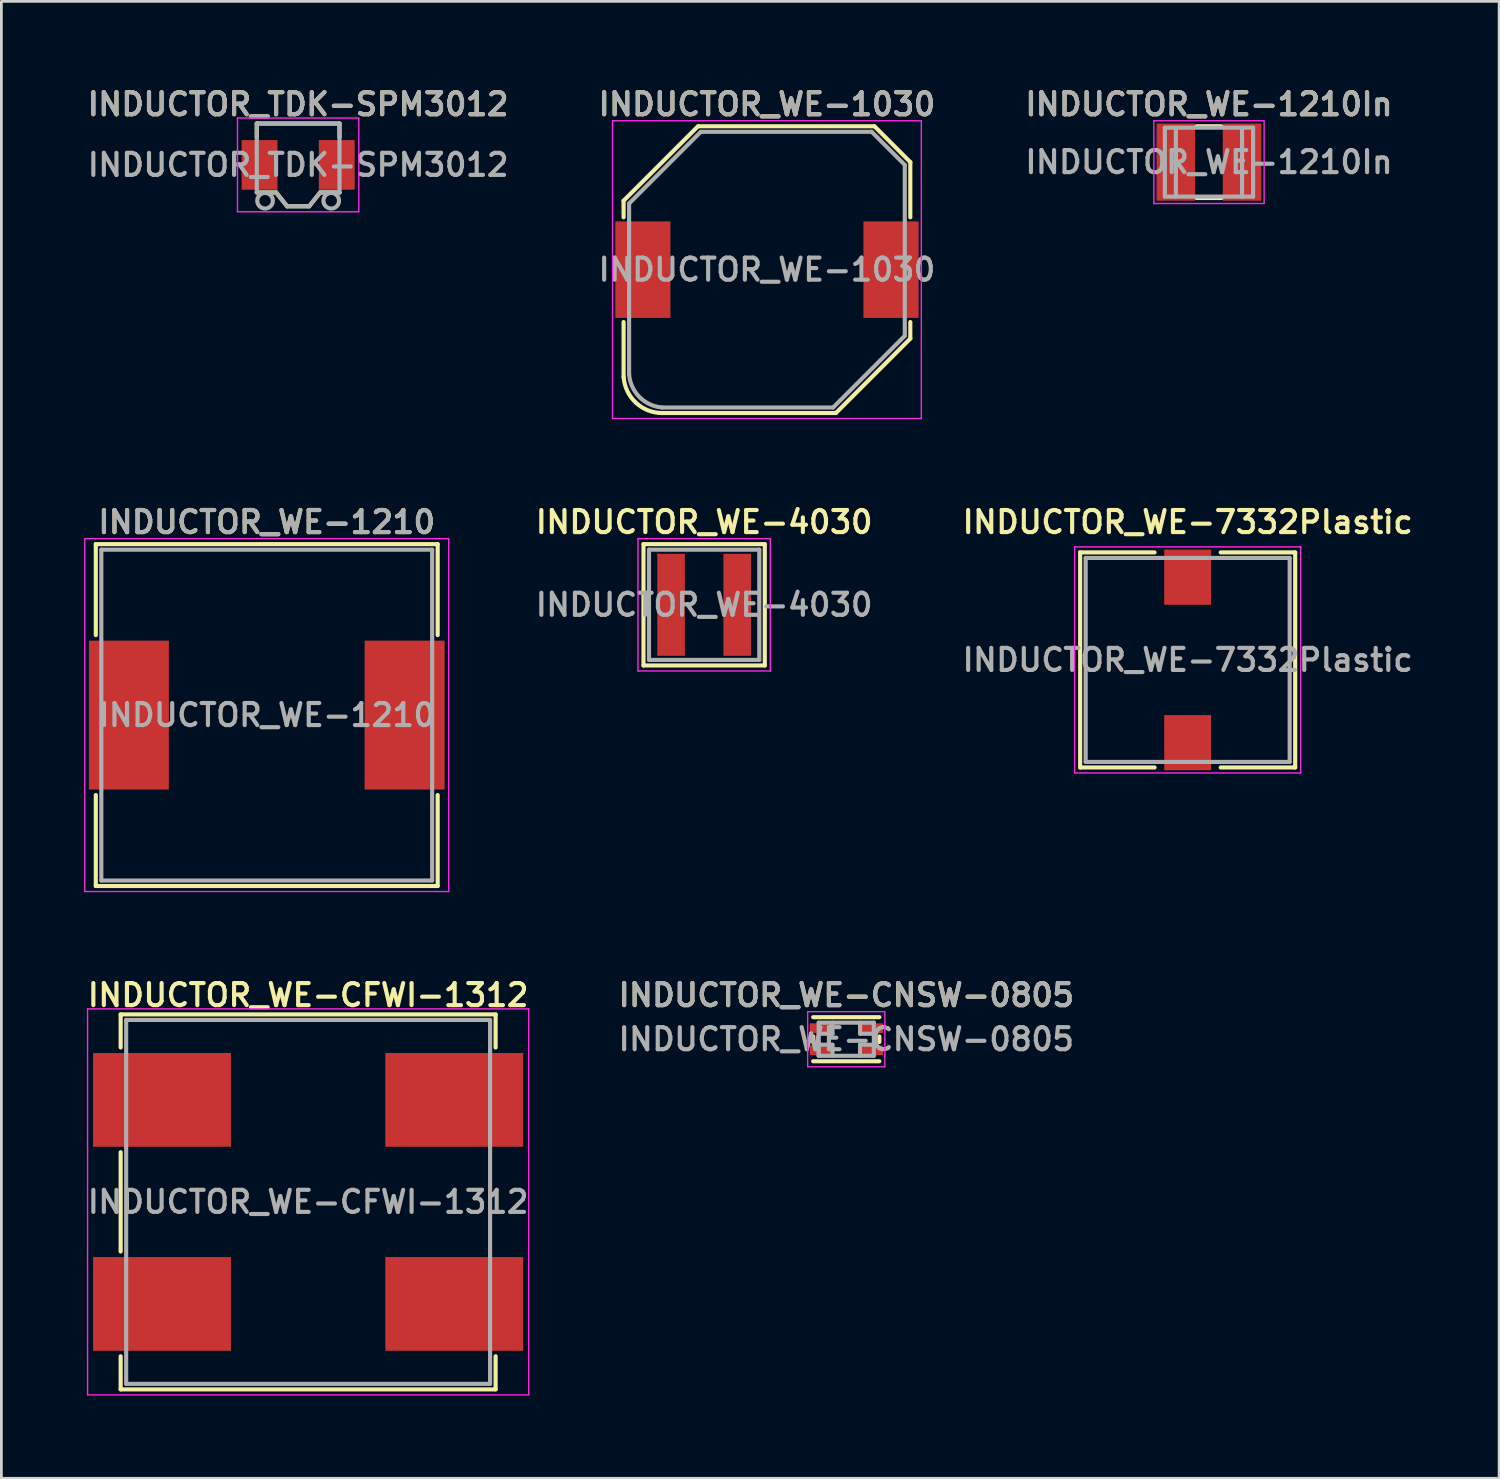
<source format=kicad_pcb>
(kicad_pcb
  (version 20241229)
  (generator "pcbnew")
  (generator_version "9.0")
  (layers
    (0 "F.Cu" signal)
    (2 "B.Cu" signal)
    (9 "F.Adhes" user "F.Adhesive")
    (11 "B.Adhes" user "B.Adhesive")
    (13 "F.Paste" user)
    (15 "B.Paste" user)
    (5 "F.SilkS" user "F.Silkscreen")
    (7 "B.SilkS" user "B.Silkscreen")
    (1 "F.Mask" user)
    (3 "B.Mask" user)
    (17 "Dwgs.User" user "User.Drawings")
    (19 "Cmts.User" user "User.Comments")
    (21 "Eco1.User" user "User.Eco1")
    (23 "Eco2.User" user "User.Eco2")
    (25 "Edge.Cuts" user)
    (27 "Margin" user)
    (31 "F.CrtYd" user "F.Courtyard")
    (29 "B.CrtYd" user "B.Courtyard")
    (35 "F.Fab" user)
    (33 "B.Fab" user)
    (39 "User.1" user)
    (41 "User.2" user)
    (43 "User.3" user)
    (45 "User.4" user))
  (footprint "INDUCTOR_WE-4030"
    (layer "F.Cu")
    (at 22.49 18.887)
    (property "Reference" "INDUCTOR_WE-4030" (at 0 -3 0) (layer "F.SilkS") (effects (font (size 0.8 0.8) (thickness 0.15))))
    (attr through_hole)
    (fp_line (start -2.2 -2.2) (end 2.2 -2.2) (stroke (width 0.15) (type solid)) (layer "F.SilkS"))
    (fp_line (start -2.2 2.2) (end -2.2 -2.2) (stroke (width 0.15) (type solid)) (layer "F.SilkS"))
    (fp_line (start 2.2 -2.2) (end 2.2 2.2) (stroke (width 0.15) (type solid)) (layer "F.SilkS"))
    (fp_line (start 2.2 2.2) (end -2.2 2.2) (stroke (width 0.15) (type solid)) (layer "F.SilkS"))
    (fp_line (start -2.4 -2.4) (end 2.4 -2.4) (stroke (width 0.05) (type solid)) (layer "F.CrtYd"))
    (fp_line (start -2.4 2.4) (end -2.4 -2.4) (stroke (width 0.05) (type solid)) (layer "F.CrtYd"))
    (fp_line (start 2.4 -2.4) (end 2.4 2.4) (stroke (width 0.05) (type solid)) (layer "F.CrtYd"))
    (fp_line (start 2.4 2.4) (end -2.4 2.4) (stroke (width 0.05) (type solid)) (layer "F.CrtYd"))
    (fp_line (start -2 -2) (end -2 2) (stroke (width 0.15) (type solid)) (layer "F.Fab"))
    (fp_line (start -2 2) (end 2 2) (stroke (width 0.15) (type solid)) (layer "F.Fab"))
    (fp_line (start 2 -2) (end -2 -2) (stroke (width 0.15) (type solid)) (layer "F.Fab"))
    (fp_line (start 2 2) (end 2 -2) (stroke (width 0.15) (type solid)) (layer "F.Fab"))
    (fp_text user "${REFERENCE}" (at 0 0 0) (layer "F.Fab") (effects (font (size 0.8 0.8) (thickness 0.15))))
    (pad "1" smd rect (at -1.2 0) (size 1 3.7) (layers "F.Cu" "F.Mask" "F.Paste"))
    (pad "2" smd rect (at 1.2 0) (size 1 3.7) (layers "F.Cu" "F.Mask" "F.Paste")))
  (footprint "INDUCTOR_WE-CFWI-1312"
    (layer "F.Cu")
    (at 8.126 40.544)
    (property "Reference" "INDUCTOR_WE-CFWI-1312" (at 0 -7.5 0) (layer "F.SilkS") (effects (font (size 0.8 0.8) (thickness 0.15))))
    (attr through_hole)
    (fp_line (start -6.8 -6.8) (end -6.8 -5.6) (stroke (width 0.15) (type solid)) (layer "F.SilkS"))
    (fp_line (start -6.8 -1.8) (end -6.8 1.8) (stroke (width 0.15) (type solid)) (layer "F.SilkS"))
    (fp_line (start -6.8 5.6) (end -6.8 6.8) (stroke (width 0.15) (type solid)) (layer "F.SilkS"))
    (fp_line (start -6.8 6.8) (end 6.8 6.8) (stroke (width 0.15) (type solid)) (layer "F.SilkS"))
    (fp_line (start 6.8 -6.8) (end -6.8 -6.8) (stroke (width 0.15) (type solid)) (layer "F.SilkS"))
    (fp_line (start 6.8 -6.8) (end 6.8 -5.6) (stroke (width 0.15) (type solid)) (layer "F.SilkS"))
    (fp_line (start 6.8 6.8) (end 6.8 5.6) (stroke (width 0.15) (type solid)) (layer "F.SilkS"))
    (fp_line (start -8 -7) (end 8 -7) (stroke (width 0.05) (type solid)) (layer "F.CrtYd"))
    (fp_line (start -8 7) (end -8 -7) (stroke (width 0.05) (type solid)) (layer "F.CrtYd"))
    (fp_line (start 8 -7) (end 8 7) (stroke (width 0.05) (type solid)) (layer "F.CrtYd"))
    (fp_line (start 8 7) (end -8 7) (stroke (width 0.05) (type solid)) (layer "F.CrtYd"))
    (fp_line (start -6.6 -6.6) (end 6.6 -6.6) (stroke (width 0.15) (type solid)) (layer "F.Fab"))
    (fp_line (start -6.6 6.6) (end -6.6 -6.6) (stroke (width 0.15) (type solid)) (layer "F.Fab"))
    (fp_line (start 6.6 -6.6) (end 6.6 6.6) (stroke (width 0.15) (type solid)) (layer "F.Fab"))
    (fp_line (start 6.6 6.6) (end -6.6 6.6) (stroke (width 0.15) (type solid)) (layer "F.Fab"))
    (fp_text user "${REFERENCE}" (at 0 0 0) (layer "F.Fab") (effects (font (size 0.8 0.8) (thickness 0.15))))
    (pad "1" smd rect (at -5.3 -3.7) (size 5 3.4) (layers "F.Cu" "F.Mask" "F.Paste"))
    (pad "2" smd rect (at -5.3 3.7) (size 5 3.4) (layers "F.Cu" "F.Mask" "F.Paste"))
    (pad "3" smd rect (at 5.3 3.7) (size 5 3.4) (layers "F.Cu" "F.Mask" "F.Paste"))
    (pad "4" smd rect (at 5.3 -3.7) (size 5 3.4) (layers "F.Cu" "F.Mask" "F.Paste")))
  (footprint "INDUCTOR_TDK-SPM3012"
    (layer "F.Cu")
    (at 7.764 2.931)
    (property "Reference" "INDUCTOR_TDK-SPM3012" (at 0 -2.2 0) (layer "F.SilkS") (effects (font (size 0.8 0.8) (thickness 0.15))))
    (attr smd)
    (fp_line (start -1.5 -1.5) (end 1.5 -1.5) (stroke (width 0.15) (type solid)) (layer "F.SilkS"))
    (fp_line (start -1.5 -1) (end -1.5 -1.5) (stroke (width 0.15) (type solid)) (layer "F.SilkS"))
    (fp_line (start -0.8 1) (end -1.5 1) (stroke (width 0.15) (type solid)) (layer "F.SilkS"))
    (fp_line (start -0.4 1.5) (end -0.8 1) (stroke (width 0.15) (type solid)) (layer "F.SilkS"))
    (fp_line (start 0.4 1.5) (end -0.4 1.5) (stroke (width 0.15) (type solid)) (layer "F.SilkS"))
    (fp_line (start 0.4 1.5) (end 0.8 1) (stroke (width 0.15) (type solid)) (layer "F.SilkS"))
    (fp_line (start 0.8 1) (end 1.5 1) (stroke (width 0.15) (type solid)) (layer "F.SilkS"))
    (fp_line (start 1.5 -1.5) (end 1.5 -1) (stroke (width 0.15) (type solid)) (layer "F.SilkS"))
    (fp_line (start -2.2 -1.7) (end 2.2 -1.7) (stroke (width 0.05) (type solid)) (layer "F.CrtYd"))
    (fp_line (start -2.2 1.7) (end -2.2 -1.7) (stroke (width 0.05) (type solid)) (layer "F.CrtYd"))
    (fp_line (start 2.2 -1.7) (end 2.2 1.7) (stroke (width 0.05) (type solid)) (layer "F.CrtYd"))
    (fp_line (start 2.2 1.7) (end -2.2 1.7) (stroke (width 0.05) (type solid)) (layer "F.CrtYd"))
    (fp_line (start -1.5 -1.5) (end 1.5 -1.5) (stroke (width 0.15) (type solid)) (layer "F.Fab"))
    (fp_line (start -1.5 1) (end -1.5 -1.5) (stroke (width 0.15) (type solid)) (layer "F.Fab"))
    (fp_line (start -1.5 1) (end -0.8 1) (stroke (width 0.15) (type solid)) (layer "F.Fab"))
    (fp_line (start -0.8 1) (end -0.4 1.5) (stroke (width 0.15) (type solid)) (layer "F.Fab"))
    (fp_line (start -0.4 1.5) (end 0.4 1.5) (stroke (width 0.15) (type solid)) (layer "F.Fab"))
    (fp_line (start 0.4 1.5) (end 0.8 1) (stroke (width 0.15) (type solid)) (layer "F.Fab"))
    (fp_line (start 0.8 1) (end 1.5 1) (stroke (width 0.15) (type solid)) (layer "F.Fab"))
    (fp_line (start 0.8 1) (end 1.5 1) (stroke (width 0.15) (type solid)) (layer "F.Fab"))
    (fp_line (start 1.5 1) (end 1.5 -1.5) (stroke (width 0.15) (type solid)) (layer "F.Fab"))
    (fp_circle (center -1.2 1.3) (end -1 1.5) (stroke (width 0.15) (type solid)) (fill no) (layer "F.Fab"))
    (fp_circle (center 1.2 1.3) (end 1.4 1.5) (stroke (width 0.15) (type solid)) (fill no) (layer "F.Fab"))
    (fp_text user "${REFERENCE}" (at 0 0 0) (layer "F.Fab") (effects (font (size 0.8 0.8) (thickness 0.15))))
    (fp_text user "${REFERENCE}" (at 0 -2.2 0) (layer "F.Fab") (effects (font (size 0.8 0.8) (thickness 0.15))))
    (pad "1" smd rect (at -1.4 0) (size 1.3 1.8) (layers "F.Cu" "F.Mask" "F.Paste"))
    (pad "2" smd rect (at 1.4 0) (size 1.3 1.8) (layers "F.Cu" "F.Mask" "F.Paste")))
  (footprint "INDUCTOR_WE-1210In"
    (layer "F.Cu")
    (at 40.801 2.831)
    (property "Reference" "INDUCTOR_WE-1210In" (at 0 -2.1 0) (layer "F.SilkS") (effects (font (size 0.8 0.8) (thickness 0.15))))
    (attr through_hole)
    (fp_line (start -0.45 -1.3) (end 0.45 -1.3) (stroke (width 0.15) (type solid)) (layer "F.SilkS"))
    (fp_line (start -0.45 1.3) (end 0.45 1.3) (stroke (width 0.15) (type solid)) (layer "F.SilkS"))
    (fp_line (start -2 -1.5) (end 2 -1.5) (stroke (width 0.05) (type solid)) (layer "F.CrtYd"))
    (fp_line (start -2 1.5) (end -2 -1.5) (stroke (width 0.05) (type solid)) (layer "F.CrtYd"))
    (fp_line (start 2 -1.5) (end 2 1.5) (stroke (width 0.05) (type solid)) (layer "F.CrtYd"))
    (fp_line (start 2 1.5) (end -2 1.5) (stroke (width 0.05) (type solid)) (layer "F.CrtYd"))
    (fp_line (start -1.6 -1.25) (end -1.6 1.25) (stroke (width 0.15) (type solid)) (layer "F.Fab"))
    (fp_line (start -1.6 1.25) (end 1.6 1.25) (stroke (width 0.15) (type solid)) (layer "F.Fab"))
    (fp_line (start -1.2 -1.25) (end -1.2 1.25) (stroke (width 0.15) (type solid)) (layer "F.Fab"))
    (fp_line (start 1.2 -1.25) (end 1.2 1.25) (stroke (width 0.15) (type solid)) (layer "F.Fab"))
    (fp_line (start 1.6 -1.25) (end -1.6 -1.25) (stroke (width 0.15) (type solid)) (layer "F.Fab"))
    (fp_line (start 1.6 1.25) (end 1.6 -1.25) (stroke (width 0.15) (type solid)) (layer "F.Fab"))
    (fp_text user "${REFERENCE}" (at 0 0 0) (layer "F.Fab") (effects (font (size 0.8 0.8) (thickness 0.15))))
    (fp_text user "${REFERENCE}" (at 0 -2.1 0) (layer "F.Fab") (effects (font (size 0.8 0.8) (thickness 0.15))))
    (pad "1" smd rect (at -1.2 0) (size 1.4 2.8) (layers "F.Cu" "F.Mask" "F.Paste"))
    (pad "2" smd rect (at 1.2 0) (size 1.4 2.8) (layers "F.Cu" "F.Mask" "F.Paste")))
  (footprint "INDUCTOR_WE-1030"
    (layer "F.Cu")
    (at 24.768 6.731)
    (property "Reference" "INDUCTOR_WE-1030" (at 0 -6 0) (layer "F.SilkS") (effects (font (size 0.8 0.8) (thickness 0.15))))
    (attr through_hole)
    (fp_line (start -5.2 -2.5) (end -2.5 -5.2) (stroke (width 0.15) (type solid)) (layer "F.SilkS"))
    (fp_line (start -5.2 -1.9) (end -5.2 -2.5) (stroke (width 0.15) (type solid)) (layer "F.SilkS"))
    (fp_line (start -5.2 3.9) (end -5.2 1.9) (stroke (width 0.15) (type solid)) (layer "F.SilkS"))
    (fp_line (start -2.5 -5.2) (end 3.9 -5.2) (stroke (width 0.15) (type solid)) (layer "F.SilkS"))
    (fp_line (start 2.5 5.2) (end -3.8 5.2) (stroke (width 0.15) (type solid)) (layer "F.SilkS"))
    (fp_line (start 2.5 5.2) (end 5.2 2.5) (stroke (width 0.15) (type solid)) (layer "F.SilkS"))
    (fp_line (start 3.9 -5.2) (end 5.2 -3.9) (stroke (width 0.15) (type solid)) (layer "F.SilkS"))
    (fp_line (start 5.2 -3.9) (end 5.2 -1.9) (stroke (width 0.15) (type solid)) (layer "F.SilkS"))
    (fp_line (start 5.2 1.9) (end 5.2 2.5) (stroke (width 0.15) (type solid)) (layer "F.SilkS"))
    (fp_arc (start -3.8 5.2) (mid -4.754033 4.824608) (end -5.196442 3.899745) (stroke (width 0.15) (type solid)) (layer "F.SilkS"))
    (fp_line (start -5.6 -5.4) (end 5.6 -5.4) (stroke (width 0.05) (type solid)) (layer "F.CrtYd"))
    (fp_line (start -5.6 5.4) (end -5.6 -5.4) (stroke (width 0.05) (type solid)) (layer "F.CrtYd"))
    (fp_line (start 5.6 -5.4) (end 5.6 5.4) (stroke (width 0.05) (type solid)) (layer "F.CrtYd"))
    (fp_line (start 5.6 5.4) (end -5.6 5.4) (stroke (width 0.05) (type solid)) (layer "F.CrtYd"))
    (fp_line (start -5 -2.4) (end -5 3.8) (stroke (width 0.15) (type solid)) (layer "F.Fab"))
    (fp_line (start -5 -2.4) (end -2.4 -5) (stroke (width 0.15) (type solid)) (layer "F.Fab"))
    (fp_line (start -3.8 5) (end 2.4 5) (stroke (width 0.15) (type solid)) (layer "F.Fab"))
    (fp_line (start 2.4 5) (end 5 2.4) (stroke (width 0.15) (type solid)) (layer "F.Fab"))
    (fp_line (start 3.8 -5) (end -2.4 -5) (stroke (width 0.15) (type solid)) (layer "F.Fab"))
    (fp_line (start 3.8 -5) (end 5 -3.8) (stroke (width 0.15) (type solid)) (layer "F.Fab"))
    (fp_line (start 5 2.4) (end 5 -3.8) (stroke (width 0.15) (type solid)) (layer "F.Fab"))
    (fp_arc (start -3.796442 4.999745) (mid -4.622286 4.620883) (end -4.99989 3.794463) (stroke (width 0.15) (type solid)) (layer "F.Fab"))
    (fp_text user "${REFERENCE}" (at 0 -6 0) (layer "F.Fab") (effects (font (size 0.8 0.8) (thickness 0.15))))
    (fp_text user "${REFERENCE}" (at 0 0 0) (layer "F.Fab") (effects (font (size 0.8 0.8) (thickness 0.15))))
    (pad "1" smd rect (at -4.5 0) (size 2 3.5) (layers "F.Cu" "F.Mask" "F.Paste"))
    (pad "2" smd rect (at 4.5 0) (size 2 3.5) (layers "F.Cu" "F.Mask" "F.Paste")))
  (footprint "INDUCTOR_WE-CNSW-0805"
    (layer "F.Cu")
    (at 27.645 34.644)
    (property "Reference" "INDUCTOR_WE-CNSW-0805" (at 0 -1.6 0) (layer "F.SilkS") (effects (font (size 0.8 0.8) (thickness 0.15))))
    (attr through_hole)
    (fp_line (start -1.2 -0.8) (end 1.2 -0.8) (stroke (width 0.15) (type solid)) (layer "F.SilkS"))
    (fp_line (start -1.2 -0.1) (end -1.2 0.1) (stroke (width 0.15) (type solid)) (layer "F.SilkS"))
    (fp_line (start -1.2 0.8) (end 1.2 0.8) (stroke (width 0.15) (type solid)) (layer "F.SilkS"))
    (fp_line (start 1.2 -0.1) (end 1.2 0.1) (stroke (width 0.15) (type solid)) (layer "F.SilkS"))
    (fp_line (start -1.4 -1) (end 1.4 -1) (stroke (width 0.05) (type solid)) (layer "F.CrtYd"))
    (fp_line (start -1.4 1) (end -1.4 -1) (stroke (width 0.05) (type solid)) (layer "F.CrtYd"))
    (fp_line (start 1.4 -1) (end 1.4 1) (stroke (width 0.05) (type solid)) (layer "F.CrtYd"))
    (fp_line (start 1.4 1) (end -1.4 1) (stroke (width 0.05) (type solid)) (layer "F.CrtYd"))
    (fp_line (start -1 -0.6) (end 1 -0.6) (stroke (width 0.15) (type solid)) (layer "F.Fab"))
    (fp_line (start -1 -0.2) (end -0.5 -0.2) (stroke (width 0.15) (type solid)) (layer "F.Fab"))
    (fp_line (start -1 0.2) (end -0.5 0.2) (stroke (width 0.15) (type solid)) (layer "F.Fab"))
    (fp_line (start -1 0.6) (end -1 -0.6) (stroke (width 0.15) (type solid)) (layer "F.Fab"))
    (fp_line (start -1 0.6) (end -1 0.1) (stroke (width 0.15) (type solid)) (layer "F.Fab"))
    (fp_line (start -0.5 -0.2) (end -0.5 -0.6) (stroke (width 0.15) (type solid)) (layer "F.Fab"))
    (fp_line (start -0.5 0.2) (end -0.5 0.6) (stroke (width 0.15) (type solid)) (layer "F.Fab"))
    (fp_line (start 0.5 -0.6) (end 0.5 -0.2) (stroke (width 0.15) (type solid)) (layer "F.Fab"))
    (fp_line (start 0.5 -0.2) (end 1 -0.2) (stroke (width 0.15) (type solid)) (layer "F.Fab"))
    (fp_line (start 0.5 0.2) (end 1 0.2) (stroke (width 0.15) (type solid)) (layer "F.Fab"))
    (fp_line (start 0.5 0.6) (end 0.5 0.2) (stroke (width 0.15) (type solid)) (layer "F.Fab"))
    (fp_line (start 1 -0.6) (end 1 0.6) (stroke (width 0.15) (type solid)) (layer "F.Fab"))
    (fp_line (start 1 0.6) (end -1 0.6) (stroke (width 0.15) (type solid)) (layer "F.Fab"))
    (fp_text user "${REFERENCE}" (at 0 0 0) (layer "F.Fab") (effects (font (size 0.8 0.8) (thickness 0.15))))
    (fp_text user "${REFERENCE}" (at 0 -1.6 0) (layer "F.Fab") (effects (font (size 0.8 0.8) (thickness 0.15))))
    (pad "1" smd rect (at -0.9 -0.4) (size 0.85 0.35) (layers "F.Cu" "F.Mask" "F.Paste"))
    (pad "2" smd rect (at 0.9 -0.4) (size 0.85 0.35) (layers "F.Cu" "F.Mask" "F.Paste"))
    (pad "3" smd rect (at 0.9 0.4) (size 0.85 0.35) (layers "F.Cu" "F.Mask" "F.Paste"))
    (pad "4" smd rect (at -0.9 0.4) (size 0.85 0.35) (layers "F.Cu" "F.Mask" "F.Paste")))
  (footprint "INDUCTOR_WE-7332Plastic"
    (layer "F.Cu")
    (at 40.028 20.887)
    (property "Reference" "INDUCTOR_WE-7332Plastic" (at 0 -5 0) (layer "F.SilkS") (effects (font (size 0.8 0.8) (thickness 0.15))))
    (attr through_hole)
    (fp_line (start -3.9 -3.9) (end -3.9 3.9) (stroke (width 0.15) (type solid)) (layer "F.SilkS"))
    (fp_line (start -3.9 3.9) (end -1.2 3.9) (stroke (width 0.15) (type solid)) (layer "F.SilkS"))
    (fp_line (start -1.2 -3.9) (end -3.9 -3.9) (stroke (width 0.15) (type solid)) (layer "F.SilkS"))
    (fp_line (start 1.2 3.9) (end 3.9 3.9) (stroke (width 0.15) (type solid)) (layer "F.SilkS"))
    (fp_line (start 3.9 -3.9) (end 1.2 -3.9) (stroke (width 0.15) (type solid)) (layer "F.SilkS"))
    (fp_line (start 3.9 3.9) (end 3.9 -3.9) (stroke (width 0.15) (type solid)) (layer "F.SilkS"))
    (fp_line (start -4.1 -4.1) (end 4.1 -4.1) (stroke (width 0.05) (type solid)) (layer "F.CrtYd"))
    (fp_line (start -4.1 4.1) (end -4.1 -4.1) (stroke (width 0.05) (type solid)) (layer "F.CrtYd"))
    (fp_line (start 4.1 -4.1) (end 4.1 4.1) (stroke (width 0.05) (type solid)) (layer "F.CrtYd"))
    (fp_line (start 4.1 4.1) (end -4.1 4.1) (stroke (width 0.05) (type solid)) (layer "F.CrtYd"))
    (fp_line (start -3.7 -3.7) (end 3.7 -3.7) (stroke (width 0.15) (type solid)) (layer "F.Fab"))
    (fp_line (start -3.7 3.7) (end -3.7 -3.7) (stroke (width 0.15) (type solid)) (layer "F.Fab"))
    (fp_line (start 3.7 -3.7) (end 3.7 3.7) (stroke (width 0.15) (type solid)) (layer "F.Fab"))
    (fp_line (start 3.7 3.7) (end -3.7 3.7) (stroke (width 0.15) (type solid)) (layer "F.Fab"))
    (fp_text user "${REFERENCE}" (at 0 0 0) (layer "F.Fab") (effects (font (size 0.8 0.8) (thickness 0.15))))
    (pad "1" smd rect (at 0 -3) (size 1.7 2) (layers "F.Cu" "F.Mask" "F.Paste"))
    (pad "2" smd rect (at 0 3) (size 1.7 2) (layers "F.Cu" "F.Mask" "F.Paste")))
  (footprint "INDUCTOR_WE-1210"
    (layer "F.Cu")
    (at 6.625 22.887)
    (property "Reference" "INDUCTOR_WE-1210" (at 0 -7 0) (layer "F.SilkS") (effects (font (size 0.8 0.8) (thickness 0.15))))
    (attr through_hole)
    (fp_line (start -6.2 -6.2) (end 6.2 -6.2) (stroke (width 0.15) (type solid)) (layer "F.SilkS"))
    (fp_line (start -6.2 -2.9) (end -6.2 -6.2) (stroke (width 0.15) (type solid)) (layer "F.SilkS"))
    (fp_line (start -6.2 6.2) (end -6.2 2.9) (stroke (width 0.15) (type solid)) (layer "F.SilkS"))
    (fp_line (start 6.2 -6.2) (end 6.2 -2.9) (stroke (width 0.15) (type solid)) (layer "F.SilkS"))
    (fp_line (start 6.2 2.9) (end 6.2 6.2) (stroke (width 0.15) (type solid)) (layer "F.SilkS"))
    (fp_line (start 6.2 6.2) (end -6.2 6.2) (stroke (width 0.15) (type solid)) (layer "F.SilkS"))
    (fp_line (start -6.6 -6.4) (end 6.6 -6.4) (stroke (width 0.05) (type solid)) (layer "F.CrtYd"))
    (fp_line (start -6.6 6.4) (end -6.6 -6.4) (stroke (width 0.05) (type solid)) (layer "F.CrtYd"))
    (fp_line (start 6.6 -6.4) (end 6.6 6.4) (stroke (width 0.05) (type solid)) (layer "F.CrtYd"))
    (fp_line (start 6.6 6.4) (end -6.6 6.4) (stroke (width 0.05) (type solid)) (layer "F.CrtYd"))
    (fp_line (start -6 -6) (end -6 6) (stroke (width 0.15) (type solid)) (layer "F.Fab"))
    (fp_line (start -6 6) (end 6 6) (stroke (width 0.15) (type solid)) (layer "F.Fab"))
    (fp_line (start 6 -6) (end -6 -6) (stroke (width 0.15) (type solid)) (layer "F.Fab"))
    (fp_line (start 6 6) (end 6 -6) (stroke (width 0.15) (type solid)) (layer "F.Fab"))
    (fp_text user "${REFERENCE}" (at 0 0 0) (layer "F.Fab") (effects (font (size 0.8 0.8) (thickness 0.15))))
    (fp_text user "${REFERENCE}" (at 0 -7 0) (layer "F.Fab") (effects (font (size 0.8 0.8) (thickness 0.15))))
    (pad "1" smd rect (at -5 0) (size 2.9 5.4) (layers "F.Cu" "F.Mask" "F.Paste"))
    (pad "2" smd rect (at 5 0) (size 2.9 5.4) (layers "F.Cu" "F.Mask" "F.Paste")))
  (gr_rect
    (start -3 -3)
    (end 51.325 50.569)
    (stroke (width 0.1) (type default))
    (fill no)
    (layer "Edge.Cuts")))
</source>
